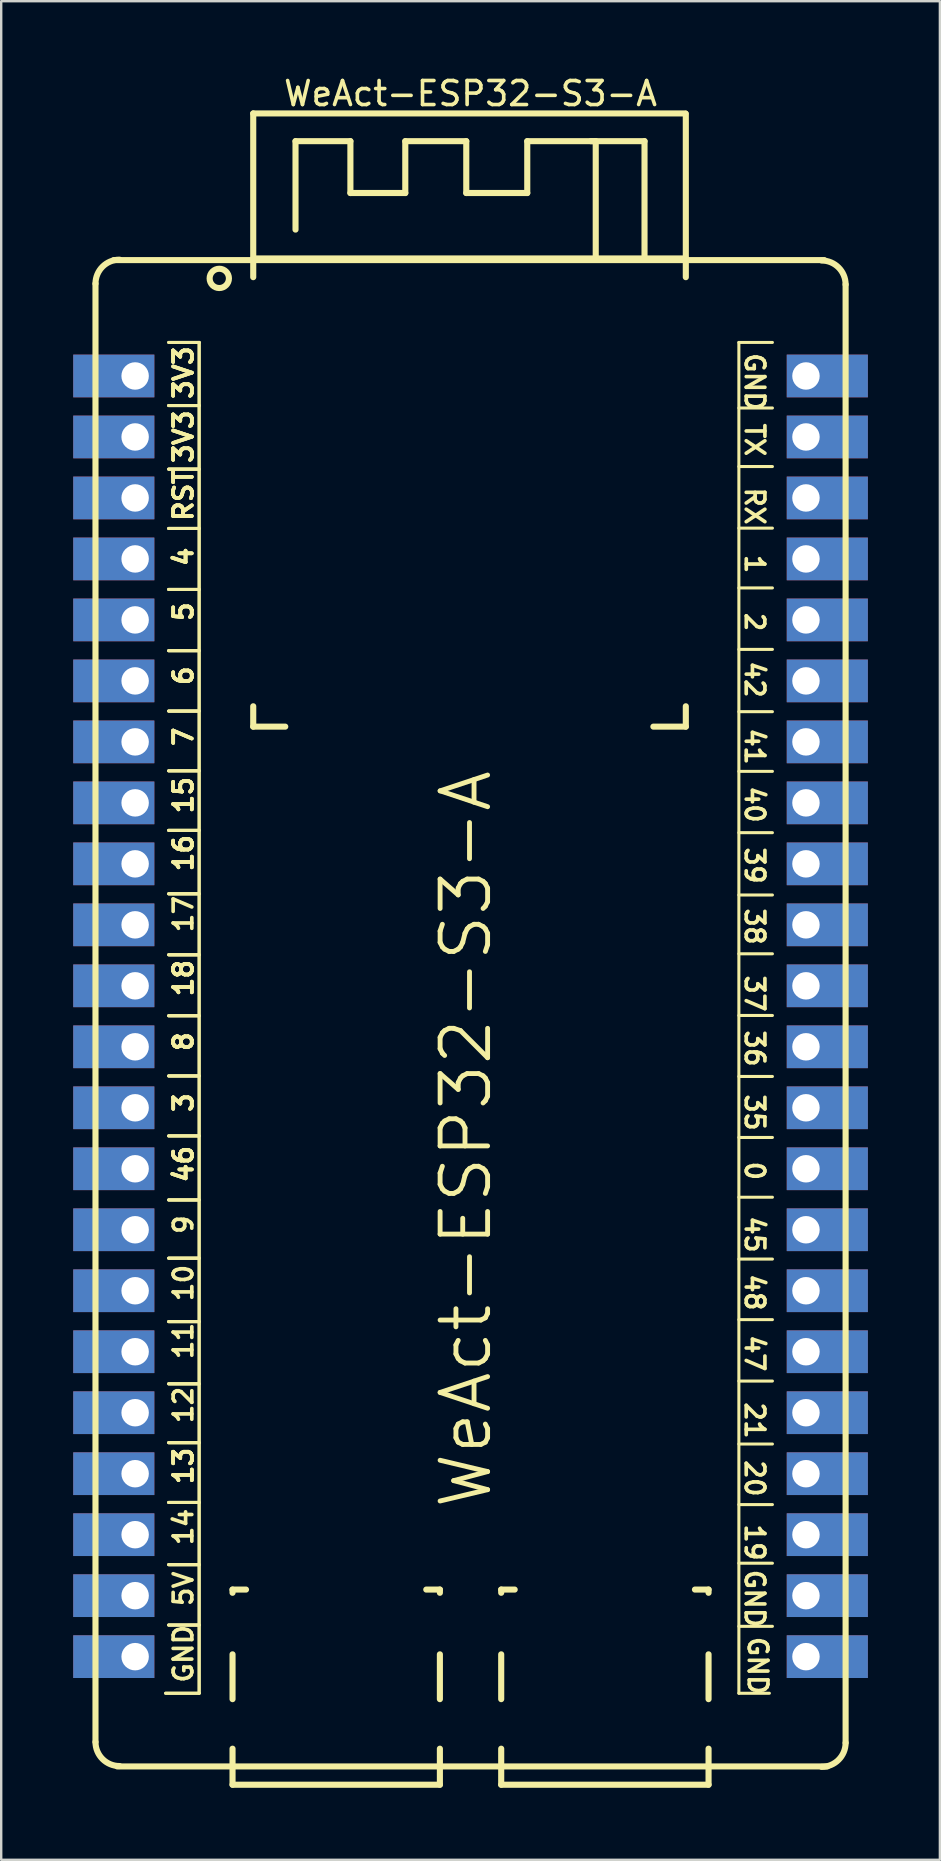
<source format=kicad_pcb>
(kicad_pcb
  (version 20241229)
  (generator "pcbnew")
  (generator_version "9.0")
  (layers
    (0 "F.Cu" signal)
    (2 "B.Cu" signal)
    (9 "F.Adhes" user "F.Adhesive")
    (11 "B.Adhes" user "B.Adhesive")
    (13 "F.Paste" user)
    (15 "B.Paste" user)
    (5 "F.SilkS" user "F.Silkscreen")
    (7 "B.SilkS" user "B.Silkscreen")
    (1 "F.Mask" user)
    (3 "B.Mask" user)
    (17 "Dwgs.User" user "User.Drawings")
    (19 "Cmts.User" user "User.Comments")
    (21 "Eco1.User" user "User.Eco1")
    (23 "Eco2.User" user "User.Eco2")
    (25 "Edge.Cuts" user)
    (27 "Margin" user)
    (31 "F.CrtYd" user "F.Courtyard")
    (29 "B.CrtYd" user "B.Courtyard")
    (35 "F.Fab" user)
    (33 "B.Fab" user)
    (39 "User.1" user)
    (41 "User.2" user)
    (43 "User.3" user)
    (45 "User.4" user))
  (footprint "WeAct-ESP32-S3-A"
    (layer "F.Cu")
    (at 16.167 42.2)
    (property "Reference" "WeAct-ESP32-S3-A" (at 0.381 -41.352 0) (layer "F.SilkS") (effects (font (size 1 1) (thickness 0.15))))
    (fp_line (start -15.24 27.305) (end -15.24 -33.435) (stroke (width 0.254) (type solid)) (layer "F.SilkS"))
    (fp_line (start -14.478 -34.417) (end 15.113 -34.417) (stroke (width 0.254) (type solid)) (layer "F.SilkS"))
    (fp_line (start -14.332 28.321) (end 15.24 28.321) (stroke (width 0.254) (type solid)) (layer "F.SilkS"))
    (fp_line (start -12.319 25.273) (end -10.922 25.273) (stroke (width 0.127) (type solid)) (layer "F.SilkS"))
    (fp_line (start -12.319 25.273) (end -10.922 25.273) (stroke (width 0.127) (type solid)) (layer "F.SilkS"))
    (fp_line (start -12.192 -30.988) (end -10.922 -30.988) (stroke (width 0.127) (type solid)) (layer "F.SilkS"))
    (fp_line (start -12.192 -30.988) (end -10.922 -30.988) (stroke (width 0.127) (type solid)) (layer "F.SilkS"))
    (fp_line (start -12.192 -28.359) (end -10.922 -28.359) (stroke (width 0.127) (type solid)) (layer "F.SilkS"))
    (fp_line (start -12.192 -28.359) (end -10.922 -28.359) (stroke (width 0.127) (type solid)) (layer "F.SilkS"))
    (fp_line (start -12.192 -28.359) (end -10.922 -28.359) (stroke (width 0.127) (type solid)) (layer "F.SilkS"))
    (fp_line (start -12.192 -25.71) (end -10.922 -25.71) (stroke (width 0.127) (type solid)) (layer "F.SilkS"))
    (fp_line (start -12.192 -25.71) (end -10.922 -25.71) (stroke (width 0.127) (type solid)) (layer "F.SilkS"))
    (fp_line (start -12.192 -25.71) (end -10.922 -25.71) (stroke (width 0.127) (type solid)) (layer "F.SilkS"))
    (fp_line (start -12.192 -23.24) (end -10.922 -23.24) (stroke (width 0.127) (type solid)) (layer "F.SilkS"))
    (fp_line (start -12.192 -23.24) (end -10.922 -23.24) (stroke (width 0.127) (type solid)) (layer "F.SilkS"))
    (fp_line (start -12.192 -23.24) (end -10.922 -23.24) (stroke (width 0.127) (type solid)) (layer "F.SilkS"))
    (fp_line (start -12.192 -20.7) (end -10.922 -20.7) (stroke (width 0.127) (type solid)) (layer "F.SilkS"))
    (fp_line (start -12.192 -20.7) (end -10.922 -20.7) (stroke (width 0.127) (type solid)) (layer "F.SilkS"))
    (fp_line (start -12.192 -20.7) (end -10.922 -20.7) (stroke (width 0.127) (type solid)) (layer "F.SilkS"))
    (fp_line (start -12.192 -18.149) (end -10.922 -18.149) (stroke (width 0.127) (type solid)) (layer "F.SilkS"))
    (fp_line (start -12.192 -18.149) (end -10.922 -18.149) (stroke (width 0.127) (type solid)) (layer "F.SilkS"))
    (fp_line (start -12.192 -18.149) (end -10.922 -18.149) (stroke (width 0.127) (type solid)) (layer "F.SilkS"))
    (fp_line (start -12.192 -15.635) (end -10.922 -15.635) (stroke (width 0.127) (type solid)) (layer "F.SilkS"))
    (fp_line (start -12.192 -15.635) (end -10.922 -15.635) (stroke (width 0.127) (type solid)) (layer "F.SilkS"))
    (fp_line (start -12.192 -15.635) (end -10.922 -15.635) (stroke (width 0.127) (type solid)) (layer "F.SilkS"))
    (fp_line (start -12.192 -13.145) (end -10.922 -13.145) (stroke (width 0.127) (type solid)) (layer "F.SilkS"))
    (fp_line (start -12.192 -13.145) (end -10.922 -13.145) (stroke (width 0.127) (type solid)) (layer "F.SilkS"))
    (fp_line (start -12.192 -13.145) (end -10.922 -13.145) (stroke (width 0.127) (type solid)) (layer "F.SilkS"))
    (fp_line (start -12.192 -10.666) (end -10.922 -10.666) (stroke (width 0.127) (type solid)) (layer "F.SilkS"))
    (fp_line (start -12.192 -10.666) (end -10.922 -10.666) (stroke (width 0.127) (type solid)) (layer "F.SilkS"))
    (fp_line (start -12.192 -10.666) (end -10.922 -10.666) (stroke (width 0.127) (type solid)) (layer "F.SilkS"))
    (fp_line (start -12.192 -8.024) (end -10.922 -8.024) (stroke (width 0.127) (type solid)) (layer "F.SilkS"))
    (fp_line (start -12.192 -8.024) (end -10.922 -8.024) (stroke (width 0.127) (type solid)) (layer "F.SilkS"))
    (fp_line (start -12.192 -8.024) (end -10.922 -8.024) (stroke (width 0.127) (type solid)) (layer "F.SilkS"))
    (fp_line (start -12.192 -5.484) (end -10.922 -5.484) (stroke (width 0.127) (type solid)) (layer "F.SilkS"))
    (fp_line (start -12.192 -5.484) (end -10.922 -5.484) (stroke (width 0.127) (type solid)) (layer "F.SilkS"))
    (fp_line (start -12.192 -5.484) (end -10.922 -5.484) (stroke (width 0.127) (type solid)) (layer "F.SilkS"))
    (fp_line (start -12.192 -2.944) (end -10.922 -2.944) (stroke (width 0.127) (type solid)) (layer "F.SilkS"))
    (fp_line (start -12.192 -2.944) (end -10.922 -2.944) (stroke (width 0.127) (type solid)) (layer "F.SilkS"))
    (fp_line (start -12.192 -2.944) (end -10.922 -2.944) (stroke (width 0.127) (type solid)) (layer "F.SilkS"))
    (fp_line (start -12.192 -0.438) (end -10.922 -0.438) (stroke (width 0.127) (type solid)) (layer "F.SilkS"))
    (fp_line (start -12.192 -0.438) (end -10.922 -0.438) (stroke (width 0.127) (type solid)) (layer "F.SilkS"))
    (fp_line (start -12.192 -0.438) (end -10.922 -0.438) (stroke (width 0.127) (type solid)) (layer "F.SilkS"))
    (fp_line (start -12.192 2.06) (end -10.922 2.06) (stroke (width 0.127) (type solid)) (layer "F.SilkS"))
    (fp_line (start -12.192 2.06) (end -10.922 2.06) (stroke (width 0.127) (type solid)) (layer "F.SilkS"))
    (fp_line (start -12.192 2.06) (end -10.922 2.06) (stroke (width 0.127) (type solid)) (layer "F.SilkS"))
    (fp_line (start -12.192 4.727) (end -10.922 4.727) (stroke (width 0.127) (type solid)) (layer "F.SilkS"))
    (fp_line (start -12.192 4.727) (end -10.922 4.727) (stroke (width 0.127) (type solid)) (layer "F.SilkS"))
    (fp_line (start -12.192 4.727) (end -10.922 4.727) (stroke (width 0.127) (type solid)) (layer "F.SilkS"))
    (fp_line (start -12.192 7.153) (end -10.922 7.153) (stroke (width 0.127) (type solid)) (layer "F.SilkS"))
    (fp_line (start -12.192 7.153) (end -10.922 7.153) (stroke (width 0.127) (type solid)) (layer "F.SilkS"))
    (fp_line (start -12.192 7.153) (end -10.922 7.153) (stroke (width 0.127) (type solid)) (layer "F.SilkS"))
    (fp_line (start -12.192 9.795) (end -10.922 9.795) (stroke (width 0.127) (type solid)) (layer "F.SilkS"))
    (fp_line (start -12.192 9.795) (end -10.922 9.795) (stroke (width 0.127) (type solid)) (layer "F.SilkS"))
    (fp_line (start -12.192 9.795) (end -10.922 9.795) (stroke (width 0.127) (type solid)) (layer "F.SilkS"))
    (fp_line (start -12.192 12.386) (end -10.922 12.386) (stroke (width 0.127) (type solid)) (layer "F.SilkS"))
    (fp_line (start -12.192 12.386) (end -10.922 12.386) (stroke (width 0.127) (type solid)) (layer "F.SilkS"))
    (fp_line (start -12.192 12.386) (end -10.922 12.386) (stroke (width 0.127) (type solid)) (layer "F.SilkS"))
    (fp_line (start -12.192 14.837) (end -10.922 14.837) (stroke (width 0.127) (type solid)) (layer "F.SilkS"))
    (fp_line (start -12.192 14.837) (end -10.922 14.837) (stroke (width 0.127) (type solid)) (layer "F.SilkS"))
    (fp_line (start -12.192 14.837) (end -10.922 14.837) (stroke (width 0.127) (type solid)) (layer "F.SilkS"))
    (fp_line (start -12.192 17.327) (end -10.922 17.327) (stroke (width 0.127) (type solid)) (layer "F.SilkS"))
    (fp_line (start -12.192 17.327) (end -10.922 17.327) (stroke (width 0.127) (type solid)) (layer "F.SilkS"))
    (fp_line (start -12.192 17.327) (end -10.922 17.327) (stroke (width 0.127) (type solid)) (layer "F.SilkS"))
    (fp_line (start -12.192 19.917) (end -10.922 19.917) (stroke (width 0.127) (type solid)) (layer "F.SilkS"))
    (fp_line (start -12.192 19.917) (end -10.922 19.917) (stroke (width 0.127) (type solid)) (layer "F.SilkS"))
    (fp_line (start -12.192 19.917) (end -10.922 19.917) (stroke (width 0.127) (type solid)) (layer "F.SilkS"))
    (fp_line (start -12.192 22.432) (end -10.922 22.432) (stroke (width 0.127) (type solid)) (layer "F.SilkS"))
    (fp_line (start -12.192 22.432) (end -10.922 22.432) (stroke (width 0.127) (type solid)) (layer "F.SilkS"))
    (fp_line (start -12.192 22.432) (end -10.922 22.432) (stroke (width 0.127) (type solid)) (layer "F.SilkS"))
    (fp_line (start -10.922 25.273) (end -10.922 -30.988) (stroke (width 0.127) (type solid)) (layer "F.SilkS"))
    (fp_line (start -10.922 25.273) (end -10.922 -30.988) (stroke (width 0.127) (type solid)) (layer "F.SilkS"))
    (fp_line (start -9.532 20.955) (end -8.971 20.955) (stroke (width 0.254) (type solid)) (layer "F.SilkS"))
    (fp_line (start -9.532 21.089) (end -9.532 20.955) (stroke (width 0.254) (type solid)) (layer "F.SilkS"))
    (fp_line (start -9.532 25.519) (end -9.532 23.652) (stroke (width 0.254) (type solid)) (layer "F.SilkS"))
    (fp_line (start -9.532 29.083) (end -9.532 27.582) (stroke (width 0.254) (type solid)) (layer "F.SilkS"))
    (fp_line (start -9.532 29.083) (end -0.896 29.083) (stroke (width 0.254) (type solid)) (layer "F.SilkS"))
    (fp_line (start -8.67 -40.525) (end 9.33 -40.525) (stroke (width 0.254) (type solid)) (layer "F.SilkS"))
    (fp_line (start -8.67 -34.485) (end 9.347 -34.485) (stroke (width 0.254) (type solid)) (layer "F.SilkS"))
    (fp_line (start -8.67 -33.706) (end -8.67 -40.525) (stroke (width 0.254) (type solid)) (layer "F.SilkS"))
    (fp_line (start -8.67 -14.986) (end -8.67 -15.834) (stroke (width 0.254) (type solid)) (layer "F.SilkS"))
    (fp_line (start -8.67 -14.986) (end -7.336 -14.986) (stroke (width 0.254) (type solid)) (layer "F.SilkS"))
    (fp_line (start -6.909 -39.37) (end -4.623 -39.37) (stroke (width 0.254) (type solid)) (layer "F.SilkS"))
    (fp_line (start -6.909 -35.687) (end -6.909 -39.37) (stroke (width 0.254) (type solid)) (layer "F.SilkS"))
    (fp_line (start -4.623 -37.211) (end -4.623 -39.37) (stroke (width 0.254) (type solid)) (layer "F.SilkS"))
    (fp_line (start -4.623 -37.211) (end -2.337 -37.211) (stroke (width 0.254) (type solid)) (layer "F.SilkS"))
    (fp_line (start -2.337 -39.37) (end 0.203 -39.37) (stroke (width 0.254) (type solid)) (layer "F.SilkS"))
    (fp_line (start -2.337 -37.211) (end -2.337 -39.37) (stroke (width 0.254) (type solid)) (layer "F.SilkS"))
    (fp_line (start -1.463 20.955) (end -0.896 20.955) (stroke (width 0.254) (type solid)) (layer "F.SilkS"))
    (fp_line (start -0.896 21.089) (end -0.896 20.955) (stroke (width 0.254) (type solid)) (layer "F.SilkS"))
    (fp_line (start -0.896 25.519) (end -0.896 23.652) (stroke (width 0.254) (type solid)) (layer "F.SilkS"))
    (fp_line (start -0.896 29.083) (end -0.896 27.582) (stroke (width 0.254) (type solid)) (layer "F.SilkS"))
    (fp_line (start 0.203 -37.211) (end 0.203 -39.37) (stroke (width 0.254) (type solid)) (layer "F.SilkS"))
    (fp_line (start 0.203 -37.211) (end 2.743 -37.211) (stroke (width 0.254) (type solid)) (layer "F.SilkS"))
    (fp_line (start 1.658 20.955) (end 2.22 20.955) (stroke (width 0.254) (type solid)) (layer "F.SilkS"))
    (fp_line (start 1.658 21.089) (end 1.658 20.955) (stroke (width 0.254) (type solid)) (layer "F.SilkS"))
    (fp_line (start 1.658 25.519) (end 1.658 23.652) (stroke (width 0.254) (type solid)) (layer "F.SilkS"))
    (fp_line (start 1.658 29.083) (end 1.658 27.582) (stroke (width 0.254) (type solid)) (layer "F.SilkS"))
    (fp_line (start 1.658 29.083) (end 10.294 29.083) (stroke (width 0.254) (type solid)) (layer "F.SilkS"))
    (fp_line (start 2.743 -39.37) (end 5.595 -39.37) (stroke (width 0.254) (type solid)) (layer "F.SilkS"))
    (fp_line (start 2.743 -37.211) (end 2.743 -39.37) (stroke (width 0.254) (type solid)) (layer "F.SilkS"))
    (fp_line (start 5.392 -39.37) (end 7.627 -39.37) (stroke (width 0.254) (type solid)) (layer "F.SilkS"))
    (fp_line (start 5.595 -34.485) (end 5.595 -39.37) (stroke (width 0.254) (type solid)) (layer "F.SilkS"))
    (fp_line (start 7.627 -34.485) (end 7.627 -39.37) (stroke (width 0.254) (type solid)) (layer "F.SilkS"))
    (fp_line (start 7.996 -14.986) (end 9.347 -14.986) (stroke (width 0.254) (type solid)) (layer "F.SilkS"))
    (fp_line (start 9.347 -33.706) (end 9.347 -40.513) (stroke (width 0.254) (type solid)) (layer "F.SilkS"))
    (fp_line (start 9.347 -14.986) (end 9.347 -15.834) (stroke (width 0.254) (type solid)) (layer "F.SilkS"))
    (fp_line (start 9.727 20.955) (end 10.294 20.955) (stroke (width 0.254) (type solid)) (layer "F.SilkS"))
    (fp_line (start 10.294 21.089) (end 10.294 20.955) (stroke (width 0.254) (type solid)) (layer "F.SilkS"))
    (fp_line (start 10.294 25.519) (end 10.294 23.652) (stroke (width 0.254) (type solid)) (layer "F.SilkS"))
    (fp_line (start 10.294 29.083) (end 10.294 27.582) (stroke (width 0.254) (type solid)) (layer "F.SilkS"))
    (fp_line (start 11.557 -30.988) (end 12.954 -30.988) (stroke (width 0.127) (type solid)) (layer "F.SilkS"))
    (fp_line (start 11.557 -28.258) (end 12.954 -28.258) (stroke (width 0.127) (type solid)) (layer "F.SilkS"))
    (fp_line (start 11.557 -25.819) (end 12.954 -25.819) (stroke (width 0.127) (type solid)) (layer "F.SilkS"))
    (fp_line (start 11.557 -23.254) (end 12.954 -23.254) (stroke (width 0.127) (type solid)) (layer "F.SilkS"))
    (fp_line (start 11.557 -20.763) (end 12.954 -20.763) (stroke (width 0.127) (type solid)) (layer "F.SilkS"))
    (fp_line (start 11.557 -18.203) (end 12.954 -18.203) (stroke (width 0.127) (type solid)) (layer "F.SilkS"))
    (fp_line (start 11.557 -15.609) (end 12.954 -15.609) (stroke (width 0.127) (type solid)) (layer "F.SilkS"))
    (fp_line (start 11.557 -13.123) (end 12.954 -13.123) (stroke (width 0.127) (type solid)) (layer "F.SilkS"))
    (fp_line (start 11.557 -10.569) (end 12.954 -10.569) (stroke (width 0.127) (type solid)) (layer "F.SilkS"))
    (fp_line (start 11.557 -7.974) (end 12.954 -7.974) (stroke (width 0.127) (type solid)) (layer "F.SilkS"))
    (fp_line (start 11.557 -5.525) (end 12.954 -5.525) (stroke (width 0.127) (type solid)) (layer "F.SilkS"))
    (fp_line (start 11.557 -2.956) (end 12.954 -2.956) (stroke (width 0.127) (type solid)) (layer "F.SilkS"))
    (fp_line (start 11.557 -0.416) (end 12.954 -0.416) (stroke (width 0.127) (type solid)) (layer "F.SilkS"))
    (fp_line (start 11.557 2.124) (end 12.954 2.124) (stroke (width 0.127) (type solid)) (layer "F.SilkS"))
    (fp_line (start 11.557 4.614) (end 12.954 4.614) (stroke (width 0.127) (type solid)) (layer "F.SilkS"))
    (fp_line (start 11.557 7.19) (end 12.954 7.19) (stroke (width 0.127) (type solid)) (layer "F.SilkS"))
    (fp_line (start 11.557 9.712) (end 12.954 9.712) (stroke (width 0.127) (type solid)) (layer "F.SilkS"))
    (fp_line (start 11.557 12.27) (end 12.954 12.27) (stroke (width 0.127) (type solid)) (layer "F.SilkS"))
    (fp_line (start 11.557 14.893) (end 12.954 14.893) (stroke (width 0.127) (type solid)) (layer "F.SilkS"))
    (fp_line (start 11.557 17.415) (end 12.954 17.415) (stroke (width 0.127) (type solid)) (layer "F.SilkS"))
    (fp_line (start 11.557 19.857) (end 12.954 19.857) (stroke (width 0.127) (type solid)) (layer "F.SilkS"))
    (fp_line (start 11.557 22.486) (end 12.954 22.486) (stroke (width 0.127) (type solid)) (layer "F.SilkS"))
    (fp_line (start 11.557 25.273) (end 11.557 -30.988) (stroke (width 0.127) (type solid)) (layer "F.SilkS"))
    (fp_line (start 11.557 25.273) (end 12.827 25.273) (stroke (width 0.127) (type solid)) (layer "F.SilkS"))
    (fp_line (start 16.002 27.339) (end 16.002 -33.401) (stroke (width 0.254) (type solid)) (layer "F.SilkS"))
    (fp_arc (start -15.24 -33.43488) (mid -14.947107 -34.141987) (end -14.24 -34.43488) (stroke (width 0.254) (type solid)) (layer "F.SilkS"))
    (fp_arc (start -14.24 28.305) (mid -14.947107 28.012107) (end -15.24 27.305) (stroke (width 0.254) (type solid)) (layer "F.SilkS"))
    (fp_arc (start 15.002 -34.401) (mid 15.709107 -34.108107) (end 16.002 -33.401) (stroke (width 0.254) (type solid)) (layer "F.SilkS"))
    (fp_arc (start 16.002 27.33888) (mid 15.709107 28.045987) (end 15.002 28.33888) (stroke (width 0.254) (type solid)) (layer "F.SilkS"))
    (fp_circle (center -10.084 -33.655) (end -10.084 -34.057) (stroke (width 0.254) (type solid)) (fill no) (layer "F.SilkS"))
    (fp_line (start -9.659 21.803) (end -0.759 21.803) (stroke (width 0.051) (type solid)) (layer "Eco2.User"))
    (fp_line (start -9.659 29.103) (end -9.659 21.803) (stroke (width 0.051) (type solid)) (layer "Eco2.User"))
    (fp_line (start -9.659 29.103) (end -0.759 29.103) (stroke (width 0.051) (type solid)) (layer "Eco2.User"))
    (fp_line (start -8.67 -40.525) (end 9.33 -40.525) (stroke (width 0.051) (type solid)) (layer "Eco2.User"))
    (fp_line (start -8.67 -15.025) (end -8.67 -40.525) (stroke (width 0.051) (type solid)) (layer "Eco2.User"))
    (fp_line (start -8.67 -15.025) (end 9.33 -15.025) (stroke (width 0.051) (type solid)) (layer "Eco2.User"))
    (fp_line (start -0.759 29.103) (end -0.759 21.803) (stroke (width 0.051) (type solid)) (layer "Eco2.User"))
    (fp_line (start 1.531 21.803) (end 10.431 21.803) (stroke (width 0.051) (type solid)) (layer "Eco2.User"))
    (fp_line (start 1.531 29.103) (end 1.531 21.803) (stroke (width 0.051) (type solid)) (layer "Eco2.User"))
    (fp_line (start 1.531 29.103) (end 10.431 29.103) (stroke (width 0.051) (type solid)) (layer "Eco2.User"))
    (fp_line (start 9.33 -15.025) (end 9.33 -40.525) (stroke (width 0.051) (type solid)) (layer "Eco2.User"))
    (fp_line (start 10.431 29.103) (end 10.431 21.803) (stroke (width 0.051) (type solid)) (layer "Eco2.User"))
    (fp_text user "GND" (at 11.76 20.045 270) (unlocked yes) (layer "F.SilkS") (effects (font (size 0.778 0.778) (thickness 0.152)) (justify left bottom)))
    (fp_text user "0" (at 11.763 3.048 270) (unlocked yes) (layer "F.SilkS") (effects (font (size 0.772 0.772) (thickness 0.152)) (justify left bottom)))
    (fp_text user "9" (at -11.128 6.223 90) (unlocked yes) (layer "F.SilkS") (effects (font (size 0.772 0.772) (thickness 0.152)) (justify left bottom)))
    (fp_text user "RST" (at -11.125 -23.474 90) (unlocked yes) (layer "F.SilkS") (effects (font (size 0.778 0.778) (thickness 0.152)) (justify left bottom)))
    (fp_text user "18" (at -11.125 -3.672 90) (unlocked yes) (layer "F.SilkS") (effects (font (size 0.778 0.778) (thickness 0.152)) (justify left bottom)))
    (fp_text user "19" (at 11.76 18.15 270) (unlocked yes) (layer "F.SilkS") (effects (font (size 0.778 0.778) (thickness 0.152)) (justify left bottom)))
    (fp_text user "8" (at -11.129 -1.397 90) (unlocked yes) (layer "F.SilkS") (effects (font (size 0.772 0.772) (thickness 0.152)) (justify left bottom)))
    (fp_text user "3" (at -11.128 1.143 90) (unlocked yes) (layer "F.SilkS") (effects (font (size 0.772 0.772) (thickness 0.152)) (justify left bottom)))
    (fp_text user "2" (at 11.763 -19.812 270) (unlocked yes) (layer "F.SilkS") (effects (font (size 0.772 0.772) (thickness 0.152)) (justify left bottom)))
    (fp_text user "16" (at -11.125 -8.879 90) (unlocked yes) (layer "F.SilkS") (effects (font (size 0.778 0.778) (thickness 0.152)) (justify left bottom)))
    (fp_text user "18" (at -11.125 -3.672 90) (unlocked yes) (layer "F.SilkS") (effects (font (size 0.778 0.778) (thickness 0.152)) (justify left bottom)))
    (fp_text user "6" (at -11.129 -16.637 90) (unlocked yes) (layer "F.SilkS") (effects (font (size 0.772 0.772) (thickness 0.152)) (justify left bottom)))
    (fp_text user "3V3" (at -11.125 -28.554 90) (unlocked yes) (layer "F.SilkS") (effects (font (size 0.778 0.778) (thickness 0.152)) (justify left bottom)))
    (fp_text user "5V" (at -11.125 21.728 90) (unlocked yes) (layer "F.SilkS") (effects (font (size 0.778 0.778) (thickness 0.152)) (justify left bottom)))
    (fp_text user "3V3" (at -11.125 -25.887 90) (unlocked yes) (layer "F.SilkS") (effects (font (size 0.778 0.778) (thickness 0.152)) (justify left bottom)))
    (fp_text user "21" (at 11.76 13.07 270) (unlocked yes) (layer "F.SilkS") (effects (font (size 0.778 0.778) (thickness 0.152)) (justify left bottom)))
    (fp_text user "RST" (at -11.125 -23.474 90) (unlocked yes) (layer "F.SilkS") (effects (font (size 0.778 0.778) (thickness 0.152)) (justify left bottom)))
    (fp_text user "GND" (at 11.76 -30.628 270) (unlocked yes) (layer "F.SilkS") (effects (font (size 0.778 0.778) (thickness 0.152)) (justify left bottom)))
    (fp_text user "3V3" (at -11.125 -25.887 90) (unlocked yes) (layer "F.SilkS") (effects (font (size 0.778 0.778) (thickness 0.152)) (justify left bottom)))
    (fp_text user "7" (at -11.129 -14.097 90) (unlocked yes) (layer "F.SilkS") (effects (font (size 0.772 0.772) (thickness 0.152)) (justify left bottom)))
    (fp_text user "18" (at -11.125 -3.672 90) (unlocked yes) (layer "F.SilkS") (effects (font (size 0.778 0.778) (thickness 0.152)) (justify left bottom)))
    (fp_text user "17" (at -11.125 -6.339 90) (unlocked yes) (layer "F.SilkS") (effects (font (size 0.778 0.778) (thickness 0.152)) (justify left bottom)))
    (fp_text user "48" (at 11.76 7.735 270) (unlocked yes) (layer "F.SilkS") (effects (font (size 0.778 0.778) (thickness 0.152)) (justify left bottom)))
    (fp_text user "38" (at 11.76 -7.504 270) (unlocked yes) (layer "F.SilkS") (effects (font (size 0.778 0.778) (thickness 0.152)) (justify left bottom)))
    (fp_text user "11" (at -11.125 11.441 90) (unlocked yes) (layer "F.SilkS") (effects (font (size 0.778 0.778) (thickness 0.152)) (justify left bottom)))
    (fp_text user "5" (at -11.129 -19.304 90) (unlocked yes) (layer "F.SilkS") (effects (font (size 0.772 0.772) (thickness 0.152)) (justify left bottom)))
    (fp_text user "8" (at -11.129 -1.397 90) (unlocked yes) (layer "F.SilkS") (effects (font (size 0.772 0.772) (thickness 0.152)) (justify left bottom)))
    (fp_text user "46" (at -11.125 4.075 90) (unlocked yes) (layer "F.SilkS") (effects (font (size 0.778 0.778) (thickness 0.152)) (justify left bottom)))
    (fp_text user "40" (at 11.76 -12.584 270) (unlocked yes) (layer "F.SilkS") (effects (font (size 0.778 0.778) (thickness 0.152)) (justify left bottom)))
    (fp_text user "3" (at -11.128 1.143 90) (unlocked yes) (layer "F.SilkS") (effects (font (size 0.772 0.772) (thickness 0.152)) (justify left bottom)))
    (fp_text user "15" (at -11.125 -11.292 90) (unlocked yes) (layer "F.SilkS") (effects (font (size 0.778 0.778) (thickness 0.152)) (justify left bottom)))
    (fp_text user "41" (at 11.76 -14.997 270) (unlocked yes) (layer "F.SilkS") (effects (font (size 0.778 0.778) (thickness 0.152)) (justify left bottom)))
    (fp_text user "6" (at -11.129 -16.637 90) (unlocked yes) (layer "F.SilkS") (effects (font (size 0.772 0.772) (thickness 0.152)) (justify left bottom)))
    (fp_text user "46" (at -11.125 4.075 90) (unlocked yes) (layer "F.SilkS") (effects (font (size 0.778 0.778) (thickness 0.152)) (justify left bottom)))
    (fp_text user "42" (at 11.76 -17.791 270) (unlocked yes) (layer "F.SilkS") (effects (font (size 0.778 0.778) (thickness 0.152)) (justify left bottom)))
    (fp_text user "8" (at -11.129 -1.397 90) (unlocked yes) (layer "F.SilkS") (effects (font (size 0.772 0.772) (thickness 0.152)) (justify left bottom)))
    (fp_text user "7" (at -11.129 -14.097 90) (unlocked yes) (layer "F.SilkS") (effects (font (size 0.772 0.772) (thickness 0.152)) (justify left bottom)))
    (fp_text user "GND" (at 11.887 22.839 270) (unlocked yes) (layer "F.SilkS") (effects (font (size 0.778 0.778) (thickness 0.152)) (justify left bottom)))
    (fp_text user "4" (at -11.129 -21.59 90) (unlocked yes) (layer "F.SilkS") (effects (font (size 0.772 0.772) (thickness 0.152)) (justify left bottom)))
    (fp_text user "10" (at -11.125 9.028 90) (unlocked yes) (layer "F.SilkS") (effects (font (size 0.778 0.778) (thickness 0.152)) (justify left bottom)))
    (fp_text user "37" (at 11.76 -4.71 270) (unlocked yes) (layer "F.SilkS") (effects (font (size 0.778 0.778) (thickness 0.152)) (justify left bottom)))
    (fp_text user "46" (at -11.125 4.075 90) (unlocked yes) (layer "F.SilkS") (effects (font (size 0.778 0.778) (thickness 0.152)) (justify left bottom)))
    (fp_text user "4" (at -11.129 -21.59 90) (unlocked yes) (layer "F.SilkS") (effects (font (size 0.772 0.772) (thickness 0.152)) (justify left bottom)))
    (fp_text user "5" (at -11.129 -19.304 90) (unlocked yes) (layer "F.SilkS") (effects (font (size 0.772 0.772) (thickness 0.152)) (justify left bottom)))
    (fp_text user "36" (at 11.76 -2.424 270) (unlocked yes) (layer "F.SilkS") (effects (font (size 0.778 0.778) (thickness 0.152)) (justify left bottom)))
    (fp_text user "39" (at 11.76 -10.044 270) (unlocked yes) (layer "F.SilkS") (effects (font (size 0.778 0.778) (thickness 0.152)) (justify left bottom)))
    (fp_text user "45" (at 11.76 5.322 270) (unlocked yes) (layer "F.SilkS") (effects (font (size 0.778 0.778) (thickness 0.152)) (justify left bottom)))
    (fp_text user "16" (at -11.125 -8.879 90) (unlocked yes) (layer "F.SilkS") (effects (font (size 0.778 0.778) (thickness 0.152)) (justify left bottom)))
    (fp_text user "GND" (at -11.125 24.913 90) (unlocked yes) (layer "F.SilkS") (effects (font (size 0.778 0.778) (thickness 0.152)) (justify left bottom)))
    (fp_text user "WeAct-ESP32-S3-A" (at 1.344 17.681 90) (unlocked yes) (layer "F.SilkS") (effects (font (size 1.978 1.978) (thickness 0.203)) (justify left bottom)))
    (fp_text user "3" (at -11.128 1.143 90) (unlocked yes) (layer "F.SilkS") (effects (font (size 0.772 0.772) (thickness 0.152)) (justify left bottom)))
    (fp_text user "47" (at 11.76 10.275 270) (unlocked yes) (layer "F.SilkS") (effects (font (size 0.778 0.778) (thickness 0.152)) (justify left bottom)))
    (fp_text user "3V3" (at -11.125 -28.554 90) (unlocked yes) (layer "F.SilkS") (effects (font (size 0.778 0.778) (thickness 0.152)) (justify left bottom)))
    (fp_text user "20" (at 11.76 15.482 270) (unlocked yes) (layer "F.SilkS") (effects (font (size 0.778 0.778) (thickness 0.152)) (justify left bottom)))
    (fp_text user "3V3" (at -11.125 -25.887 90) (unlocked yes) (layer "F.SilkS") (effects (font (size 0.778 0.778) (thickness 0.152)) (justify left bottom)))
    (fp_text user "15" (at -11.125 -11.292 90) (unlocked yes) (layer "F.SilkS") (effects (font (size 0.778 0.778) (thickness 0.152)) (justify left bottom)))
    (fp_text user "15" (at -11.125 -11.292 90) (unlocked yes) (layer "F.SilkS") (effects (font (size 0.778 0.778) (thickness 0.152)) (justify left bottom)))
    (fp_text user "1" (at 11.763 -22.225 270) (unlocked yes) (layer "F.SilkS") (effects (font (size 0.772 0.772) (thickness 0.152)) (justify left bottom)))
    (fp_text user "13" (at -11.125 16.648 90) (unlocked yes) (layer "F.SilkS") (effects (font (size 0.778 0.778) (thickness 0.152)) (justify left bottom)))
    (fp_text user "13" (at -11.125 16.648 90) (unlocked yes) (layer "F.SilkS") (effects (font (size 0.778 0.778) (thickness 0.152)) (justify left bottom)))
    (fp_text user "TX" (at 11.76 -27.697 270) (unlocked yes) (layer "F.SilkS") (effects (font (size 0.778 0.778) (thickness 0.152)) (justify left bottom)))
    (fp_text user "14" (at -11.125 19.188 90) (unlocked yes) (layer "F.SilkS") (effects (font (size 0.778 0.778) (thickness 0.152)) (justify left bottom)))
    (fp_text user "4" (at -11.129 -21.59 90) (unlocked yes) (layer "F.SilkS") (effects (font (size 0.772 0.772) (thickness 0.152)) (justify left bottom)))
    (fp_text user "13" (at -11.125 16.648 90) (unlocked yes) (layer "F.SilkS") (effects (font (size 0.778 0.778) (thickness 0.152)) (justify left bottom)))
    (fp_text user "12" (at -11.125 14.108 90) (unlocked yes) (layer "F.SilkS") (effects (font (size 0.778 0.778) (thickness 0.152)) (justify left bottom)))
    (fp_text user "3V3" (at -11.125 -28.554 90) (unlocked yes) (layer "F.SilkS") (effects (font (size 0.778 0.778) (thickness 0.152)) (justify left bottom)))
    (fp_text user "RST" (at -11.125 -23.474 90) (unlocked yes) (layer "F.SilkS") (effects (font (size 0.778 0.778) (thickness 0.152)) (justify left bottom)))
    (fp_text user "16" (at -11.125 -8.879 90) (unlocked yes) (layer "F.SilkS") (effects (font (size 0.778 0.778) (thickness 0.152)) (justify left bottom)))
    (fp_text user "35" (at 11.76 0.243 270) (unlocked yes) (layer "F.SilkS") (effects (font (size 0.778 0.778) (thickness 0.152)) (justify left bottom)))
    (fp_text user "5" (at -11.129 -19.304 90) (unlocked yes) (layer "F.SilkS") (effects (font (size 0.772 0.772) (thickness 0.152)) (justify left bottom)))
    (fp_text user "7" (at -11.129 -14.097 90) (unlocked yes) (layer "F.SilkS") (effects (font (size 0.772 0.772) (thickness 0.152)) (justify left bottom)))
    (fp_text user "6" (at -11.129 -16.637 90) (unlocked yes) (layer "F.SilkS") (effects (font (size 0.772 0.772) (thickness 0.152)) (justify left bottom)))
    (fp_text user "RX" (at 11.76 -25.03 270) (unlocked yes) (layer "F.SilkS") (effects (font (size 0.778 0.778) (thickness 0.152)) (justify left bottom)))
    (pad "1" thru_hole rect (at -13.589 -29.591 90) (size 1.778 3.378) (drill 1.143 (offset 0 -0.889)) (layers "*.Cu" "*.Mask"))
    (pad "2" thru_hole rect (at -13.589 -27.051 90) (size 1.778 3.378) (drill 1.143 (offset 0 -0.889)) (layers "*.Cu" "*.Mask"))
    (pad "3" thru_hole rect (at -13.589 -24.511 90) (size 1.778 3.378) (drill 1.143 (offset 0 -0.889)) (layers "*.Cu" "*.Mask"))
    (pad "4" thru_hole rect (at -13.589 -21.971 90) (size 1.778 3.378) (drill 1.143 (offset 0 -0.889)) (layers "*.Cu" "*.Mask"))
    (pad "5" thru_hole rect (at -13.589 -19.431 90) (size 1.778 3.378) (drill 1.143 (offset 0 -0.889)) (layers "*.Cu" "*.Mask"))
    (pad "6" thru_hole rect (at -13.589 -16.891 90) (size 1.778 3.378) (drill 1.143 (offset 0 -0.889)) (layers "*.Cu" "*.Mask"))
    (pad "7" thru_hole rect (at -13.589 -14.351 90) (size 1.778 3.378) (drill 1.143 (offset 0 -0.889)) (layers "*.Cu" "*.Mask"))
    (pad "8" thru_hole rect (at -13.589 -11.811 90) (size 1.778 3.378) (drill 1.143 (offset 0 -0.889)) (layers "*.Cu" "*.Mask"))
    (pad "9" thru_hole rect (at -13.589 -9.271 90) (size 1.778 3.378) (drill 1.143 (offset 0 -0.889)) (layers "*.Cu" "*.Mask"))
    (pad "10" thru_hole rect (at -13.589 -6.731 90) (size 1.778 3.378) (drill 1.143 (offset 0 -0.889)) (layers "*.Cu" "*.Mask"))
    (pad "11" thru_hole rect (at -13.589 -4.191 90) (size 1.778 3.378) (drill 1.143 (offset 0 -0.889)) (layers "*.Cu" "*.Mask"))
    (pad "12" thru_hole rect (at -13.589 -1.651 90) (size 1.778 3.378) (drill 1.143 (offset 0 -0.889)) (layers "*.Cu" "*.Mask"))
    (pad "13" thru_hole rect (at -13.589 0.889 90) (size 1.778 3.378) (drill 1.143 (offset 0 -0.889)) (layers "*.Cu" "*.Mask"))
    (pad "14" thru_hole rect (at -13.589 3.429 90) (size 1.778 3.378) (drill 1.143 (offset 0 -0.889)) (layers "*.Cu" "*.Mask"))
    (pad "15" thru_hole rect (at -13.589 5.969 90) (size 1.778 3.378) (drill 1.143 (offset 0 -0.889)) (layers "*.Cu" "*.Mask"))
    (pad "16" thru_hole rect (at -13.589 8.509 90) (size 1.778 3.378) (drill 1.143 (offset 0 -0.889)) (layers "*.Cu" "*.Mask"))
    (pad "17" thru_hole rect (at -13.589 11.049 90) (size 1.778 3.378) (drill 1.143 (offset 0 -0.889)) (layers "*.Cu" "*.Mask"))
    (pad "18" thru_hole rect (at -13.589 13.589 90) (size 1.778 3.378) (drill 1.143 (offset 0 -0.889)) (layers "*.Cu" "*.Mask"))
    (pad "19" thru_hole rect (at -13.589 16.129 90) (size 1.778 3.378) (drill 1.143 (offset 0 -0.889)) (layers "*.Cu" "*.Mask"))
    (pad "20" thru_hole rect (at -13.589 18.669 90) (size 1.778 3.378) (drill 1.143 (offset 0 -0.889)) (layers "*.Cu" "*.Mask"))
    (pad "21" thru_hole rect (at -13.589 21.209 90) (size 1.778 3.378) (drill 1.143 (offset 0 -0.889)) (layers "*.Cu" "*.Mask"))
    (pad "22" thru_hole rect (at -13.589 23.749 90) (size 1.778 3.378) (drill 1.143 (offset 0 -0.889)) (layers "*.Cu" "*.Mask"))
    (pad "23" thru_hole rect (at 14.351 23.749 270) (size 1.778 3.378) (drill 1.143 (offset 0 -0.889)) (layers "*.Cu" "*.Mask"))
    (pad "24" thru_hole rect (at 14.351 21.209 270) (size 1.778 3.378) (drill 1.143 (offset 0 -0.889)) (layers "*.Cu" "*.Mask"))
    (pad "25" thru_hole rect (at 14.351 18.669 270) (size 1.778 3.378) (drill 1.143 (offset 0 -0.889)) (layers "*.Cu" "*.Mask"))
    (pad "26" thru_hole rect (at 14.351 16.129 270) (size 1.778 3.378) (drill 1.143 (offset 0 -0.889)) (layers "*.Cu" "*.Mask"))
    (pad "27" thru_hole rect (at 14.351 13.589 270) (size 1.778 3.378) (drill 1.143 (offset 0 -0.889)) (layers "*.Cu" "*.Mask"))
    (pad "28" thru_hole rect (at 14.351 11.049 270) (size 1.778 3.378) (drill 1.143 (offset 0 -0.889)) (layers "*.Cu" "*.Mask"))
    (pad "29" thru_hole rect (at 14.351 8.509 270) (size 1.778 3.378) (drill 1.143 (offset 0 -0.889)) (layers "*.Cu" "*.Mask"))
    (pad "30" thru_hole rect (at 14.351 5.969 270) (size 1.778 3.378) (drill 1.143 (offset 0 -0.889)) (layers "*.Cu" "*.Mask"))
    (pad "31" thru_hole rect (at 14.351 3.429 270) (size 1.778 3.378) (drill 1.143 (offset 0 -0.889)) (layers "*.Cu" "*.Mask"))
    (pad "32" thru_hole rect (at 14.351 0.889 270) (size 1.778 3.378) (drill 1.143 (offset 0 -0.889)) (layers "*.Cu" "*.Mask"))
    (pad "33" thru_hole rect (at 14.351 -1.651 270) (size 1.778 3.378) (drill 1.143 (offset 0 -0.889)) (layers "*.Cu" "*.Mask"))
    (pad "34" thru_hole rect (at 14.351 -4.191 270) (size 1.778 3.378) (drill 1.143 (offset 0 -0.889)) (layers "*.Cu" "*.Mask"))
    (pad "35" thru_hole rect (at 14.351 -6.731 270) (size 1.778 3.378) (drill 1.143 (offset 0 -0.889)) (layers "*.Cu" "*.Mask"))
    (pad "36" thru_hole rect (at 14.351 -9.271 270) (size 1.778 3.378) (drill 1.143 (offset 0 -0.889)) (layers "*.Cu" "*.Mask"))
    (pad "37" thru_hole rect (at 14.351 -11.811 270) (size 1.778 3.378) (drill 1.143 (offset 0 -0.889)) (layers "*.Cu" "*.Mask"))
    (pad "38" thru_hole rect (at 14.351 -14.351 270) (size 1.778 3.378) (drill 1.143 (offset 0 -0.889)) (layers "*.Cu" "*.Mask"))
    (pad "39" thru_hole rect (at 14.351 -16.891 270) (size 1.778 3.378) (drill 1.143 (offset 0 -0.889)) (layers "*.Cu" "*.Mask"))
    (pad "40" thru_hole rect (at 14.351 -19.431 270) (size 1.778 3.378) (drill 1.143 (offset 0 -0.889)) (layers "*.Cu" "*.Mask"))
    (pad "41" thru_hole rect (at 14.351 -21.971 270) (size 1.778 3.378) (drill 1.143 (offset 0 -0.889)) (layers "*.Cu" "*.Mask"))
    (pad "42" thru_hole rect (at 14.351 -24.511 270) (size 1.778 3.378) (drill 1.143 (offset 0 -0.889)) (layers "*.Cu" "*.Mask"))
    (pad "43" thru_hole rect (at 14.351 -27.051 270) (size 1.778 3.378) (drill 1.143 (offset 0 -0.889)) (layers "*.Cu" "*.Mask"))
    (pad "44" thru_hole rect (at 14.351 -29.591 270) (size 1.778 3.378) (drill 1.143 (offset 0 -0.889)) (layers "*.Cu" "*.Mask")))
  (gr_rect
    (start -3 -3)
    (end 36.096 74.41)
    (stroke (width 0.1) (type default))
    (fill no)
    (layer "Edge.Cuts")))
</source>
